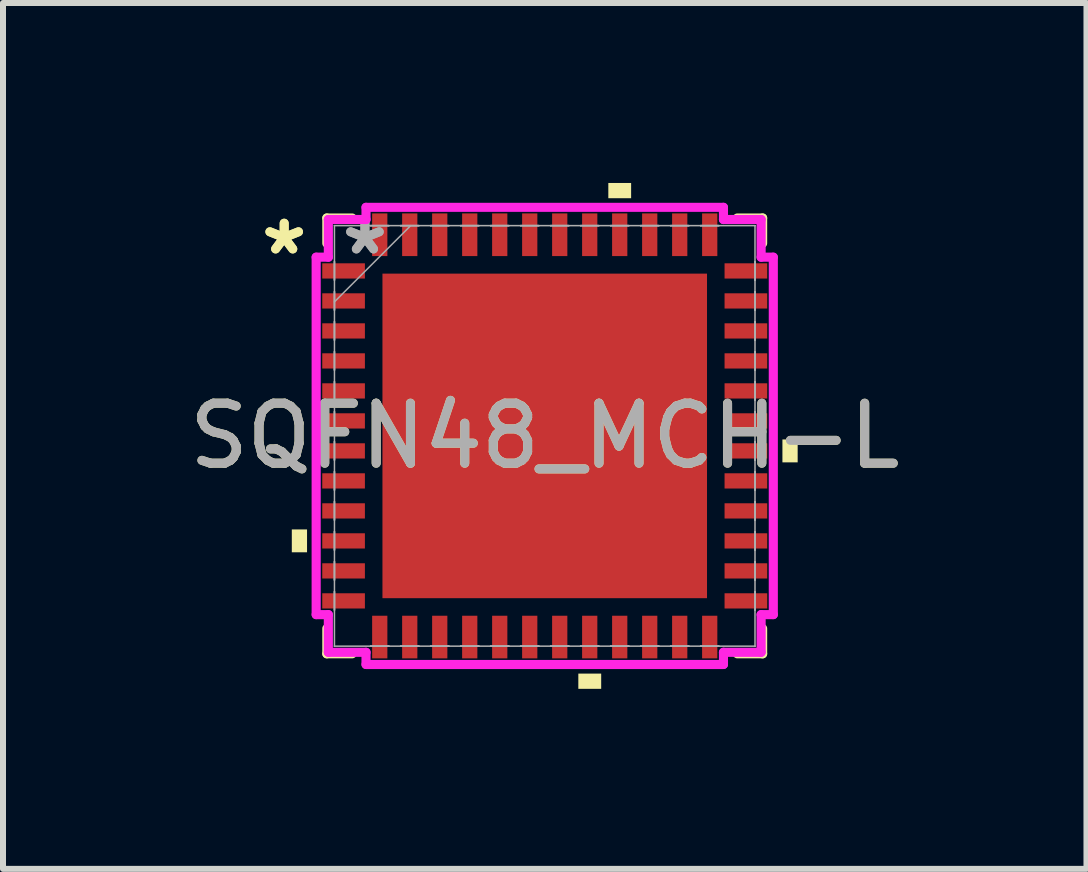
<source format=kicad_pcb>
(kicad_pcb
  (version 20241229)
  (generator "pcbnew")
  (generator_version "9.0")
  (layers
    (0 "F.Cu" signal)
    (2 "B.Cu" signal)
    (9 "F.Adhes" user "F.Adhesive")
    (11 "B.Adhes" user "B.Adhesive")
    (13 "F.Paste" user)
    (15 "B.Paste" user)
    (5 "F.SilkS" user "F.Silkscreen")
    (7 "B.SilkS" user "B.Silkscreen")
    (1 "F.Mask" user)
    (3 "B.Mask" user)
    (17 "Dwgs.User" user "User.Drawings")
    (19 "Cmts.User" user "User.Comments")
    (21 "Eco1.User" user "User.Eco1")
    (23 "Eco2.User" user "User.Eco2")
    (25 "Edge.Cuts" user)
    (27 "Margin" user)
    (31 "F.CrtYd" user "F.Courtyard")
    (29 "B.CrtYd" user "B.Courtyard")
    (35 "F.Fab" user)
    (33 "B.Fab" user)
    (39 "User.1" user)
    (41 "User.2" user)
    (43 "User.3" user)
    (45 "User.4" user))
  (footprint "SQFN48_MCH-L"
    (layer "F.Cu")
    (at 6.03 4.216)
    (property "Reference" "SQFN48_MCH-L" (at 0 0 0) (unlocked yes) (layer "F.SilkS") (effects (font (size 1 1) (thickness 0.15))))
    (attr smd)
    (fp_line (start -3.632 -3.632) (end -3.632 -3.21) (stroke (width 0.152) (type solid)) (layer "F.SilkS"))
    (fp_line (start -3.632 3.21) (end -3.632 3.632) (stroke (width 0.152) (type solid)) (layer "F.SilkS"))
    (fp_line (start -3.632 3.632) (end -3.21 3.632) (stroke (width 0.152) (type solid)) (layer "F.SilkS"))
    (fp_line (start -3.21 -3.632) (end -3.632 -3.632) (stroke (width 0.152) (type solid)) (layer "F.SilkS"))
    (fp_line (start 3.21 3.632) (end 3.632 3.632) (stroke (width 0.152) (type solid)) (layer "F.SilkS"))
    (fp_line (start 3.632 -3.632) (end 3.21 -3.632) (stroke (width 0.152) (type solid)) (layer "F.SilkS"))
    (fp_line (start 3.632 -3.21) (end 3.632 -3.632) (stroke (width 0.152) (type solid)) (layer "F.SilkS"))
    (fp_line (start 3.632 3.632) (end 3.632 3.21) (stroke (width 0.152) (type solid)) (layer "F.SilkS"))
    (fp_poly (pts (xy -4.216 1.559) (xy -4.216 1.94) (xy -3.962 1.94) (xy -3.962 1.559)) (stroke (width 0) (type solid)) (fill yes) (layer "F.SilkS"))
    (fp_poly (pts (xy 0.56 3.962) (xy 0.56 4.216) (xy 0.941 4.216) (xy 0.941 3.962)) (stroke (width 0) (type solid)) (fill yes) (layer "F.SilkS"))
    (fp_poly (pts (xy 1.06 -3.962) (xy 1.06 -4.216) (xy 1.44 -4.216) (xy 1.44 -3.962)) (stroke (width 0) (type solid)) (fill yes) (layer "F.SilkS"))
    (fp_poly (pts (xy 4.216 0.059) (xy 4.216 0.441) (xy 3.962 0.441) (xy 3.962 0.059)) (stroke (width 0) (type solid)) (fill yes) (layer "F.SilkS"))
    (fp_poly (pts (xy -2.605 -2.605) (xy -2.605 -1.453) (xy -1.453 -1.453) (xy -1.453 -2.605)) (stroke (width 0) (type solid)) (fill yes) (layer "F.Paste"))
    (fp_poly (pts (xy -2.605 -1.253) (xy -2.605 -0.1) (xy -1.453 -0.1) (xy -1.453 -1.253)) (stroke (width 0) (type solid)) (fill yes) (layer "F.Paste"))
    (fp_poly (pts (xy -2.605 0.1) (xy -2.605 1.253) (xy -1.453 1.253) (xy -1.453 0.1)) (stroke (width 0) (type solid)) (fill yes) (layer "F.Paste"))
    (fp_poly (pts (xy -2.605 1.453) (xy -2.605 2.605) (xy -1.453 2.605) (xy -1.453 1.453)) (stroke (width 0) (type solid)) (fill yes) (layer "F.Paste"))
    (fp_poly (pts (xy -1.253 -2.605) (xy -1.253 -1.453) (xy -0.1 -1.453) (xy -0.1 -2.605)) (stroke (width 0) (type solid)) (fill yes) (layer "F.Paste"))
    (fp_poly (pts (xy -1.253 -1.253) (xy -1.253 -0.1) (xy -0.1 -0.1) (xy -0.1 -1.253)) (stroke (width 0) (type solid)) (fill yes) (layer "F.Paste"))
    (fp_poly (pts (xy -1.253 0.1) (xy -1.253 1.253) (xy -0.1 1.253) (xy -0.1 0.1)) (stroke (width 0) (type solid)) (fill yes) (layer "F.Paste"))
    (fp_poly (pts (xy -1.253 1.453) (xy -1.253 2.605) (xy -0.1 2.605) (xy -0.1 1.453)) (stroke (width 0) (type solid)) (fill yes) (layer "F.Paste"))
    (fp_poly (pts (xy 0.1 -2.605) (xy 0.1 -1.453) (xy 1.253 -1.453) (xy 1.253 -2.605)) (stroke (width 0) (type solid)) (fill yes) (layer "F.Paste"))
    (fp_poly (pts (xy 0.1 -1.253) (xy 0.1 -0.1) (xy 1.253 -0.1) (xy 1.253 -1.253)) (stroke (width 0) (type solid)) (fill yes) (layer "F.Paste"))
    (fp_poly (pts (xy 0.1 0.1) (xy 0.1 1.253) (xy 1.253 1.253) (xy 1.253 0.1)) (stroke (width 0) (type solid)) (fill yes) (layer "F.Paste"))
    (fp_poly (pts (xy 0.1 1.453) (xy 0.1 2.605) (xy 1.253 2.605) (xy 1.253 1.453)) (stroke (width 0) (type solid)) (fill yes) (layer "F.Paste"))
    (fp_poly (pts (xy 1.453 -2.605) (xy 1.453 -1.453) (xy 2.605 -1.453) (xy 2.605 -2.605)) (stroke (width 0) (type solid)) (fill yes) (layer "F.Paste"))
    (fp_poly (pts (xy 1.453 -1.253) (xy 1.453 -0.1) (xy 2.605 -0.1) (xy 2.605 -1.253)) (stroke (width 0) (type solid)) (fill yes) (layer "F.Paste"))
    (fp_poly (pts (xy 1.453 0.1) (xy 1.453 1.253) (xy 2.605 1.253) (xy 2.605 0.1)) (stroke (width 0) (type solid)) (fill yes) (layer "F.Paste"))
    (fp_poly (pts (xy 1.453 1.453) (xy 1.453 2.605) (xy 2.605 2.605) (xy 2.605 1.453)) (stroke (width 0) (type solid)) (fill yes) (layer "F.Paste"))
    (fp_line (start -3.81 -2.979) (end -3.607 -2.979) (stroke (width 0.152) (type solid)) (layer "F.CrtYd"))
    (fp_line (start -3.81 2.979) (end -3.81 -2.979) (stroke (width 0.152) (type solid)) (layer "F.CrtYd"))
    (fp_line (start -3.607 -3.607) (end -2.979 -3.607) (stroke (width 0.152) (type solid)) (layer "F.CrtYd"))
    (fp_line (start -3.607 -2.979) (end -3.607 -3.607) (stroke (width 0.152) (type solid)) (layer "F.CrtYd"))
    (fp_line (start -3.607 2.979) (end -3.81 2.979) (stroke (width 0.152) (type solid)) (layer "F.CrtYd"))
    (fp_line (start -3.607 3.607) (end -3.607 2.979) (stroke (width 0.152) (type solid)) (layer "F.CrtYd"))
    (fp_line (start -2.979 -3.81) (end 2.979 -3.81) (stroke (width 0.152) (type solid)) (layer "F.CrtYd"))
    (fp_line (start -2.979 -3.607) (end -2.979 -3.81) (stroke (width 0.152) (type solid)) (layer "F.CrtYd"))
    (fp_line (start -2.979 3.607) (end -3.607 3.607) (stroke (width 0.152) (type solid)) (layer "F.CrtYd"))
    (fp_line (start -2.979 3.81) (end -2.979 3.607) (stroke (width 0.152) (type solid)) (layer "F.CrtYd"))
    (fp_line (start 2.979 -3.81) (end 2.979 -3.607) (stroke (width 0.152) (type solid)) (layer "F.CrtYd"))
    (fp_line (start 2.979 -3.607) (end 3.607 -3.607) (stroke (width 0.152) (type solid)) (layer "F.CrtYd"))
    (fp_line (start 2.979 3.607) (end 2.979 3.81) (stroke (width 0.152) (type solid)) (layer "F.CrtYd"))
    (fp_line (start 2.979 3.81) (end -2.979 3.81) (stroke (width 0.152) (type solid)) (layer "F.CrtYd"))
    (fp_line (start 3.607 -3.607) (end 3.607 -2.979) (stroke (width 0.152) (type solid)) (layer "F.CrtYd"))
    (fp_line (start 3.607 -2.979) (end 3.81 -2.979) (stroke (width 0.152) (type solid)) (layer "F.CrtYd"))
    (fp_line (start 3.607 2.979) (end 3.607 3.607) (stroke (width 0.152) (type solid)) (layer "F.CrtYd"))
    (fp_line (start 3.607 3.607) (end 2.979 3.607) (stroke (width 0.152) (type solid)) (layer "F.CrtYd"))
    (fp_line (start 3.81 -2.979) (end 3.81 2.979) (stroke (width 0.152) (type solid)) (layer "F.CrtYd"))
    (fp_line (start 3.81 2.979) (end 3.607 2.979) (stroke (width 0.152) (type solid)) (layer "F.CrtYd"))
    (fp_line (start -3.505 -3.505) (end -3.505 -3.505) (stroke (width 0.025) (type solid)) (layer "F.Fab"))
    (fp_line (start -3.505 -3.505) (end -3.505 3.505) (stroke (width 0.025) (type solid)) (layer "F.Fab"))
    (fp_line (start -3.505 -2.902) (end -3.505 -2.902) (stroke (width 0.025) (type solid)) (layer "F.Fab"))
    (fp_line (start -3.505 -2.902) (end -3.505 -2.598) (stroke (width 0.025) (type solid)) (layer "F.Fab"))
    (fp_line (start -3.505 -2.598) (end -3.505 -2.902) (stroke (width 0.025) (type solid)) (layer "F.Fab"))
    (fp_line (start -3.505 -2.598) (end -3.505 -2.598) (stroke (width 0.025) (type solid)) (layer "F.Fab"))
    (fp_line (start -3.505 -2.402) (end -3.505 -2.402) (stroke (width 0.025) (type solid)) (layer "F.Fab"))
    (fp_line (start -3.505 -2.402) (end -3.505 -2.098) (stroke (width 0.025) (type solid)) (layer "F.Fab"))
    (fp_line (start -3.505 -2.235) (end -2.235 -3.505) (stroke (width 0.025) (type solid)) (layer "F.Fab"))
    (fp_line (start -3.505 -2.098) (end -3.505 -2.402) (stroke (width 0.025) (type solid)) (layer "F.Fab"))
    (fp_line (start -3.505 -2.098) (end -3.505 -2.098) (stroke (width 0.025) (type solid)) (layer "F.Fab"))
    (fp_line (start -3.505 -1.902) (end -3.505 -1.902) (stroke (width 0.025) (type solid)) (layer "F.Fab"))
    (fp_line (start -3.505 -1.902) (end -3.505 -1.598) (stroke (width 0.025) (type solid)) (layer "F.Fab"))
    (fp_line (start -3.505 -1.598) (end -3.505 -1.902) (stroke (width 0.025) (type solid)) (layer "F.Fab"))
    (fp_line (start -3.505 -1.598) (end -3.505 -1.598) (stroke (width 0.025) (type solid)) (layer "F.Fab"))
    (fp_line (start -3.505 -1.402) (end -3.505 -1.402) (stroke (width 0.025) (type solid)) (layer "F.Fab"))
    (fp_line (start -3.505 -1.402) (end -3.505 -1.098) (stroke (width 0.025) (type solid)) (layer "F.Fab"))
    (fp_line (start -3.505 -1.098) (end -3.505 -1.402) (stroke (width 0.025) (type solid)) (layer "F.Fab"))
    (fp_line (start -3.505 -1.098) (end -3.505 -1.098) (stroke (width 0.025) (type solid)) (layer "F.Fab"))
    (fp_line (start -3.505 -0.902) (end -3.505 -0.902) (stroke (width 0.025) (type solid)) (layer "F.Fab"))
    (fp_line (start -3.505 -0.902) (end -3.505 -0.598) (stroke (width 0.025) (type solid)) (layer "F.Fab"))
    (fp_line (start -3.505 -0.598) (end -3.505 -0.902) (stroke (width 0.025) (type solid)) (layer "F.Fab"))
    (fp_line (start -3.505 -0.598) (end -3.505 -0.598) (stroke (width 0.025) (type solid)) (layer "F.Fab"))
    (fp_line (start -3.505 -0.402) (end -3.505 -0.402) (stroke (width 0.025) (type solid)) (layer "F.Fab"))
    (fp_line (start -3.505 -0.402) (end -3.505 -0.098) (stroke (width 0.025) (type solid)) (layer "F.Fab"))
    (fp_line (start -3.505 -0.098) (end -3.505 -0.402) (stroke (width 0.025) (type solid)) (layer "F.Fab"))
    (fp_line (start -3.505 -0.098) (end -3.505 -0.098) (stroke (width 0.025) (type solid)) (layer "F.Fab"))
    (fp_line (start -3.505 0.098) (end -3.505 0.098) (stroke (width 0.025) (type solid)) (layer "F.Fab"))
    (fp_line (start -3.505 0.098) (end -3.505 0.402) (stroke (width 0.025) (type solid)) (layer "F.Fab"))
    (fp_line (start -3.505 0.402) (end -3.505 0.098) (stroke (width 0.025) (type solid)) (layer "F.Fab"))
    (fp_line (start -3.505 0.402) (end -3.505 0.402) (stroke (width 0.025) (type solid)) (layer "F.Fab"))
    (fp_line (start -3.505 0.598) (end -3.505 0.598) (stroke (width 0.025) (type solid)) (layer "F.Fab"))
    (fp_line (start -3.505 0.598) (end -3.505 0.902) (stroke (width 0.025) (type solid)) (layer "F.Fab"))
    (fp_line (start -3.505 0.902) (end -3.505 0.598) (stroke (width 0.025) (type solid)) (layer "F.Fab"))
    (fp_line (start -3.505 0.902) (end -3.505 0.902) (stroke (width 0.025) (type solid)) (layer "F.Fab"))
    (fp_line (start -3.505 1.098) (end -3.505 1.098) (stroke (width 0.025) (type solid)) (layer "F.Fab"))
    (fp_line (start -3.505 1.098) (end -3.505 1.402) (stroke (width 0.025) (type solid)) (layer "F.Fab"))
    (fp_line (start -3.505 1.402) (end -3.505 1.098) (stroke (width 0.025) (type solid)) (layer "F.Fab"))
    (fp_line (start -3.505 1.402) (end -3.505 1.402) (stroke (width 0.025) (type solid)) (layer "F.Fab"))
    (fp_line (start -3.505 1.598) (end -3.505 1.598) (stroke (width 0.025) (type solid)) (layer "F.Fab"))
    (fp_line (start -3.505 1.598) (end -3.505 1.902) (stroke (width 0.025) (type solid)) (layer "F.Fab"))
    (fp_line (start -3.505 1.902) (end -3.505 1.598) (stroke (width 0.025) (type solid)) (layer "F.Fab"))
    (fp_line (start -3.505 1.902) (end -3.505 1.902) (stroke (width 0.025) (type solid)) (layer "F.Fab"))
    (fp_line (start -3.505 2.098) (end -3.505 2.098) (stroke (width 0.025) (type solid)) (layer "F.Fab"))
    (fp_line (start -3.505 2.098) (end -3.505 2.402) (stroke (width 0.025) (type solid)) (layer "F.Fab"))
    (fp_line (start -3.505 2.402) (end -3.505 2.098) (stroke (width 0.025) (type solid)) (layer "F.Fab"))
    (fp_line (start -3.505 2.402) (end -3.505 2.402) (stroke (width 0.025) (type solid)) (layer "F.Fab"))
    (fp_line (start -3.505 2.598) (end -3.505 2.598) (stroke (width 0.025) (type solid)) (layer "F.Fab"))
    (fp_line (start -3.505 2.598) (end -3.505 2.902) (stroke (width 0.025) (type solid)) (layer "F.Fab"))
    (fp_line (start -3.505 2.902) (end -3.505 2.598) (stroke (width 0.025) (type solid)) (layer "F.Fab"))
    (fp_line (start -3.505 2.902) (end -3.505 2.902) (stroke (width 0.025) (type solid)) (layer "F.Fab"))
    (fp_line (start -3.505 3.505) (end -3.505 3.505) (stroke (width 0.025) (type solid)) (layer "F.Fab"))
    (fp_line (start -3.505 3.505) (end 3.505 3.505) (stroke (width 0.025) (type solid)) (layer "F.Fab"))
    (fp_line (start -2.902 -3.505) (end -2.902 -3.505) (stroke (width 0.025) (type solid)) (layer "F.Fab"))
    (fp_line (start -2.902 -3.505) (end -2.598 -3.505) (stroke (width 0.025) (type solid)) (layer "F.Fab"))
    (fp_line (start -2.902 3.505) (end -2.902 3.505) (stroke (width 0.025) (type solid)) (layer "F.Fab"))
    (fp_line (start -2.902 3.505) (end -2.598 3.505) (stroke (width 0.025) (type solid)) (layer "F.Fab"))
    (fp_line (start -2.598 -3.505) (end -2.902 -3.505) (stroke (width 0.025) (type solid)) (layer "F.Fab"))
    (fp_line (start -2.598 -3.505) (end -2.598 -3.505) (stroke (width 0.025) (type solid)) (layer "F.Fab"))
    (fp_line (start -2.598 3.505) (end -2.902 3.505) (stroke (width 0.025) (type solid)) (layer "F.Fab"))
    (fp_line (start -2.598 3.505) (end -2.598 3.505) (stroke (width 0.025) (type solid)) (layer "F.Fab"))
    (fp_line (start -2.402 -3.505) (end -2.402 -3.505) (stroke (width 0.025) (type solid)) (layer "F.Fab"))
    (fp_line (start -2.402 -3.505) (end -2.098 -3.505) (stroke (width 0.025) (type solid)) (layer "F.Fab"))
    (fp_line (start -2.402 3.505) (end -2.402 3.505) (stroke (width 0.025) (type solid)) (layer "F.Fab"))
    (fp_line (start -2.402 3.505) (end -2.098 3.505) (stroke (width 0.025) (type solid)) (layer "F.Fab"))
    (fp_line (start -2.098 -3.505) (end -2.402 -3.505) (stroke (width 0.025) (type solid)) (layer "F.Fab"))
    (fp_line (start -2.098 -3.505) (end -2.098 -3.505) (stroke (width 0.025) (type solid)) (layer "F.Fab"))
    (fp_line (start -2.098 3.505) (end -2.402 3.505) (stroke (width 0.025) (type solid)) (layer "F.Fab"))
    (fp_line (start -2.098 3.505) (end -2.098 3.505) (stroke (width 0.025) (type solid)) (layer "F.Fab"))
    (fp_line (start -1.902 -3.505) (end -1.902 -3.505) (stroke (width 0.025) (type solid)) (layer "F.Fab"))
    (fp_line (start -1.902 -3.505) (end -1.598 -3.505) (stroke (width 0.025) (type solid)) (layer "F.Fab"))
    (fp_line (start -1.902 3.505) (end -1.902 3.505) (stroke (width 0.025) (type solid)) (layer "F.Fab"))
    (fp_line (start -1.902 3.505) (end -1.598 3.505) (stroke (width 0.025) (type solid)) (layer "F.Fab"))
    (fp_line (start -1.598 -3.505) (end -1.902 -3.505) (stroke (width 0.025) (type solid)) (layer "F.Fab"))
    (fp_line (start -1.598 -3.505) (end -1.598 -3.505) (stroke (width 0.025) (type solid)) (layer "F.Fab"))
    (fp_line (start -1.598 3.505) (end -1.902 3.505) (stroke (width 0.025) (type solid)) (layer "F.Fab"))
    (fp_line (start -1.598 3.505) (end -1.598 3.505) (stroke (width 0.025) (type solid)) (layer "F.Fab"))
    (fp_line (start -1.402 -3.505) (end -1.402 -3.505) (stroke (width 0.025) (type solid)) (layer "F.Fab"))
    (fp_line (start -1.402 -3.505) (end -1.098 -3.505) (stroke (width 0.025) (type solid)) (layer "F.Fab"))
    (fp_line (start -1.402 3.505) (end -1.402 3.505) (stroke (width 0.025) (type solid)) (layer "F.Fab"))
    (fp_line (start -1.402 3.505) (end -1.098 3.505) (stroke (width 0.025) (type solid)) (layer "F.Fab"))
    (fp_line (start -1.098 -3.505) (end -1.402 -3.505) (stroke (width 0.025) (type solid)) (layer "F.Fab"))
    (fp_line (start -1.098 -3.505) (end -1.098 -3.505) (stroke (width 0.025) (type solid)) (layer "F.Fab"))
    (fp_line (start -1.098 3.505) (end -1.402 3.505) (stroke (width 0.025) (type solid)) (layer "F.Fab"))
    (fp_line (start -1.098 3.505) (end -1.098 3.505) (stroke (width 0.025) (type solid)) (layer "F.Fab"))
    (fp_line (start -0.902 -3.505) (end -0.902 -3.505) (stroke (width 0.025) (type solid)) (layer "F.Fab"))
    (fp_line (start -0.902 -3.505) (end -0.598 -3.505) (stroke (width 0.025) (type solid)) (layer "F.Fab"))
    (fp_line (start -0.902 3.505) (end -0.902 3.505) (stroke (width 0.025) (type solid)) (layer "F.Fab"))
    (fp_line (start -0.902 3.505) (end -0.598 3.505) (stroke (width 0.025) (type solid)) (layer "F.Fab"))
    (fp_line (start -0.598 -3.505) (end -0.902 -3.505) (stroke (width 0.025) (type solid)) (layer "F.Fab"))
    (fp_line (start -0.598 -3.505) (end -0.598 -3.505) (stroke (width 0.025) (type solid)) (layer "F.Fab"))
    (fp_line (start -0.598 3.505) (end -0.902 3.505) (stroke (width 0.025) (type solid)) (layer "F.Fab"))
    (fp_line (start -0.598 3.505) (end -0.598 3.505) (stroke (width 0.025) (type solid)) (layer "F.Fab"))
    (fp_line (start -0.402 -3.505) (end -0.402 -3.505) (stroke (width 0.025) (type solid)) (layer "F.Fab"))
    (fp_line (start -0.402 -3.505) (end -0.098 -3.505) (stroke (width 0.025) (type solid)) (layer "F.Fab"))
    (fp_line (start -0.402 3.505) (end -0.402 3.505) (stroke (width 0.025) (type solid)) (layer "F.Fab"))
    (fp_line (start -0.402 3.505) (end -0.098 3.505) (stroke (width 0.025) (type solid)) (layer "F.Fab"))
    (fp_line (start -0.098 -3.505) (end -0.402 -3.505) (stroke (width 0.025) (type solid)) (layer "F.Fab"))
    (fp_line (start -0.098 -3.505) (end -0.098 -3.505) (stroke (width 0.025) (type solid)) (layer "F.Fab"))
    (fp_line (start -0.098 3.505) (end -0.402 3.505) (stroke (width 0.025) (type solid)) (layer "F.Fab"))
    (fp_line (start -0.098 3.505) (end -0.098 3.505) (stroke (width 0.025) (type solid)) (layer "F.Fab"))
    (fp_line (start 0.098 -3.505) (end 0.098 -3.505) (stroke (width 0.025) (type solid)) (layer "F.Fab"))
    (fp_line (start 0.098 -3.505) (end 0.402 -3.505) (stroke (width 0.025) (type solid)) (layer "F.Fab"))
    (fp_line (start 0.098 3.505) (end 0.098 3.505) (stroke (width 0.025) (type solid)) (layer "F.Fab"))
    (fp_line (start 0.098 3.505) (end 0.402 3.505) (stroke (width 0.025) (type solid)) (layer "F.Fab"))
    (fp_line (start 0.402 -3.505) (end 0.098 -3.505) (stroke (width 0.025) (type solid)) (layer "F.Fab"))
    (fp_line (start 0.402 -3.505) (end 0.402 -3.505) (stroke (width 0.025) (type solid)) (layer "F.Fab"))
    (fp_line (start 0.402 3.505) (end 0.098 3.505) (stroke (width 0.025) (type solid)) (layer "F.Fab"))
    (fp_line (start 0.402 3.505) (end 0.402 3.505) (stroke (width 0.025) (type solid)) (layer "F.Fab"))
    (fp_line (start 0.598 -3.505) (end 0.598 -3.505) (stroke (width 0.025) (type solid)) (layer "F.Fab"))
    (fp_line (start 0.598 -3.505) (end 0.902 -3.505) (stroke (width 0.025) (type solid)) (layer "F.Fab"))
    (fp_line (start 0.598 3.505) (end 0.598 3.505) (stroke (width 0.025) (type solid)) (layer "F.Fab"))
    (fp_line (start 0.598 3.505) (end 0.902 3.505) (stroke (width 0.025) (type solid)) (layer "F.Fab"))
    (fp_line (start 0.902 -3.505) (end 0.598 -3.505) (stroke (width 0.025) (type solid)) (layer "F.Fab"))
    (fp_line (start 0.902 -3.505) (end 0.902 -3.505) (stroke (width 0.025) (type solid)) (layer "F.Fab"))
    (fp_line (start 0.902 3.505) (end 0.598 3.505) (stroke (width 0.025) (type solid)) (layer "F.Fab"))
    (fp_line (start 0.902 3.505) (end 0.902 3.505) (stroke (width 0.025) (type solid)) (layer "F.Fab"))
    (fp_line (start 1.098 -3.505) (end 1.098 -3.505) (stroke (width 0.025) (type solid)) (layer "F.Fab"))
    (fp_line (start 1.098 -3.505) (end 1.402 -3.505) (stroke (width 0.025) (type solid)) (layer "F.Fab"))
    (fp_line (start 1.098 3.505) (end 1.098 3.505) (stroke (width 0.025) (type solid)) (layer "F.Fab"))
    (fp_line (start 1.098 3.505) (end 1.402 3.505) (stroke (width 0.025) (type solid)) (layer "F.Fab"))
    (fp_line (start 1.402 -3.505) (end 1.098 -3.505) (stroke (width 0.025) (type solid)) (layer "F.Fab"))
    (fp_line (start 1.402 -3.505) (end 1.402 -3.505) (stroke (width 0.025) (type solid)) (layer "F.Fab"))
    (fp_line (start 1.402 3.505) (end 1.098 3.505) (stroke (width 0.025) (type solid)) (layer "F.Fab"))
    (fp_line (start 1.402 3.505) (end 1.402 3.505) (stroke (width 0.025) (type solid)) (layer "F.Fab"))
    (fp_line (start 1.598 -3.505) (end 1.598 -3.505) (stroke (width 0.025) (type solid)) (layer "F.Fab"))
    (fp_line (start 1.598 -3.505) (end 1.902 -3.505) (stroke (width 0.025) (type solid)) (layer "F.Fab"))
    (fp_line (start 1.598 3.505) (end 1.598 3.505) (stroke (width 0.025) (type solid)) (layer "F.Fab"))
    (fp_line (start 1.598 3.505) (end 1.902 3.505) (stroke (width 0.025) (type solid)) (layer "F.Fab"))
    (fp_line (start 1.902 -3.505) (end 1.598 -3.505) (stroke (width 0.025) (type solid)) (layer "F.Fab"))
    (fp_line (start 1.902 -3.505) (end 1.902 -3.505) (stroke (width 0.025) (type solid)) (layer "F.Fab"))
    (fp_line (start 1.902 3.505) (end 1.598 3.505) (stroke (width 0.025) (type solid)) (layer "F.Fab"))
    (fp_line (start 1.902 3.505) (end 1.902 3.505) (stroke (width 0.025) (type solid)) (layer "F.Fab"))
    (fp_line (start 2.098 -3.505) (end 2.098 -3.505) (stroke (width 0.025) (type solid)) (layer "F.Fab"))
    (fp_line (start 2.098 -3.505) (end 2.402 -3.505) (stroke (width 0.025) (type solid)) (layer "F.Fab"))
    (fp_line (start 2.098 3.505) (end 2.098 3.505) (stroke (width 0.025) (type solid)) (layer "F.Fab"))
    (fp_line (start 2.098 3.505) (end 2.402 3.505) (stroke (width 0.025) (type solid)) (layer "F.Fab"))
    (fp_line (start 2.402 -3.505) (end 2.098 -3.505) (stroke (width 0.025) (type solid)) (layer "F.Fab"))
    (fp_line (start 2.402 -3.505) (end 2.402 -3.505) (stroke (width 0.025) (type solid)) (layer "F.Fab"))
    (fp_line (start 2.402 3.505) (end 2.098 3.505) (stroke (width 0.025) (type solid)) (layer "F.Fab"))
    (fp_line (start 2.402 3.505) (end 2.402 3.505) (stroke (width 0.025) (type solid)) (layer "F.Fab"))
    (fp_line (start 2.598 -3.505) (end 2.598 -3.505) (stroke (width 0.025) (type solid)) (layer "F.Fab"))
    (fp_line (start 2.598 -3.505) (end 2.902 -3.505) (stroke (width 0.025) (type solid)) (layer "F.Fab"))
    (fp_line (start 2.598 3.505) (end 2.598 3.505) (stroke (width 0.025) (type solid)) (layer "F.Fab"))
    (fp_line (start 2.598 3.505) (end 2.902 3.505) (stroke (width 0.025) (type solid)) (layer "F.Fab"))
    (fp_line (start 2.902 -3.505) (end 2.598 -3.505) (stroke (width 0.025) (type solid)) (layer "F.Fab"))
    (fp_line (start 2.902 -3.505) (end 2.902 -3.505) (stroke (width 0.025) (type solid)) (layer "F.Fab"))
    (fp_line (start 2.902 3.505) (end 2.598 3.505) (stroke (width 0.025) (type solid)) (layer "F.Fab"))
    (fp_line (start 2.902 3.505) (end 2.902 3.505) (stroke (width 0.025) (type solid)) (layer "F.Fab"))
    (fp_line (start 3.505 -3.505) (end -3.505 -3.505) (stroke (width 0.025) (type solid)) (layer "F.Fab"))
    (fp_line (start 3.505 -3.505) (end 3.505 -3.505) (stroke (width 0.025) (type solid)) (layer "F.Fab"))
    (fp_line (start 3.505 -2.902) (end 3.505 -2.902) (stroke (width 0.025) (type solid)) (layer "F.Fab"))
    (fp_line (start 3.505 -2.902) (end 3.505 -2.598) (stroke (width 0.025) (type solid)) (layer "F.Fab"))
    (fp_line (start 3.505 -2.598) (end 3.505 -2.902) (stroke (width 0.025) (type solid)) (layer "F.Fab"))
    (fp_line (start 3.505 -2.598) (end 3.505 -2.598) (stroke (width 0.025) (type solid)) (layer "F.Fab"))
    (fp_line (start 3.505 -2.402) (end 3.505 -2.402) (stroke (width 0.025) (type solid)) (layer "F.Fab"))
    (fp_line (start 3.505 -2.402) (end 3.505 -2.098) (stroke (width 0.025) (type solid)) (layer "F.Fab"))
    (fp_line (start 3.505 -2.098) (end 3.505 -2.402) (stroke (width 0.025) (type solid)) (layer "F.Fab"))
    (fp_line (start 3.505 -2.098) (end 3.505 -2.098) (stroke (width 0.025) (type solid)) (layer "F.Fab"))
    (fp_line (start 3.505 -1.902) (end 3.505 -1.902) (stroke (width 0.025) (type solid)) (layer "F.Fab"))
    (fp_line (start 3.505 -1.902) (end 3.505 -1.598) (stroke (width 0.025) (type solid)) (layer "F.Fab"))
    (fp_line (start 3.505 -1.598) (end 3.505 -1.902) (stroke (width 0.025) (type solid)) (layer "F.Fab"))
    (fp_line (start 3.505 -1.598) (end 3.505 -1.598) (stroke (width 0.025) (type solid)) (layer "F.Fab"))
    (fp_line (start 3.505 -1.402) (end 3.505 -1.402) (stroke (width 0.025) (type solid)) (layer "F.Fab"))
    (fp_line (start 3.505 -1.402) (end 3.505 -1.098) (stroke (width 0.025) (type solid)) (layer "F.Fab"))
    (fp_line (start 3.505 -1.098) (end 3.505 -1.402) (stroke (width 0.025) (type solid)) (layer "F.Fab"))
    (fp_line (start 3.505 -1.098) (end 3.505 -1.098) (stroke (width 0.025) (type solid)) (layer "F.Fab"))
    (fp_line (start 3.505 -0.902) (end 3.505 -0.902) (stroke (width 0.025) (type solid)) (layer "F.Fab"))
    (fp_line (start 3.505 -0.902) (end 3.505 -0.598) (stroke (width 0.025) (type solid)) (layer "F.Fab"))
    (fp_line (start 3.505 -0.598) (end 3.505 -0.902) (stroke (width 0.025) (type solid)) (layer "F.Fab"))
    (fp_line (start 3.505 -0.598) (end 3.505 -0.598) (stroke (width 0.025) (type solid)) (layer "F.Fab"))
    (fp_line (start 3.505 -0.402) (end 3.505 -0.402) (stroke (width 0.025) (type solid)) (layer "F.Fab"))
    (fp_line (start 3.505 -0.402) (end 3.505 -0.098) (stroke (width 0.025) (type solid)) (layer "F.Fab"))
    (fp_line (start 3.505 -0.098) (end 3.505 -0.402) (stroke (width 0.025) (type solid)) (layer "F.Fab"))
    (fp_line (start 3.505 -0.098) (end 3.505 -0.098) (stroke (width 0.025) (type solid)) (layer "F.Fab"))
    (fp_line (start 3.505 0.098) (end 3.505 0.098) (stroke (width 0.025) (type solid)) (layer "F.Fab"))
    (fp_line (start 3.505 0.098) (end 3.505 0.402) (stroke (width 0.025) (type solid)) (layer "F.Fab"))
    (fp_line (start 3.505 0.402) (end 3.505 0.098) (stroke (width 0.025) (type solid)) (layer "F.Fab"))
    (fp_line (start 3.505 0.402) (end 3.505 0.402) (stroke (width 0.025) (type solid)) (layer "F.Fab"))
    (fp_line (start 3.505 0.598) (end 3.505 0.598) (stroke (width 0.025) (type solid)) (layer "F.Fab"))
    (fp_line (start 3.505 0.598) (end 3.505 0.902) (stroke (width 0.025) (type solid)) (layer "F.Fab"))
    (fp_line (start 3.505 0.902) (end 3.505 0.598) (stroke (width 0.025) (type solid)) (layer "F.Fab"))
    (fp_line (start 3.505 0.902) (end 3.505 0.902) (stroke (width 0.025) (type solid)) (layer "F.Fab"))
    (fp_line (start 3.505 1.098) (end 3.505 1.098) (stroke (width 0.025) (type solid)) (layer "F.Fab"))
    (fp_line (start 3.505 1.098) (end 3.505 1.402) (stroke (width 0.025) (type solid)) (layer "F.Fab"))
    (fp_line (start 3.505 1.402) (end 3.505 1.098) (stroke (width 0.025) (type solid)) (layer "F.Fab"))
    (fp_line (start 3.505 1.402) (end 3.505 1.402) (stroke (width 0.025) (type solid)) (layer "F.Fab"))
    (fp_line (start 3.505 1.598) (end 3.505 1.598) (stroke (width 0.025) (type solid)) (layer "F.Fab"))
    (fp_line (start 3.505 1.598) (end 3.505 1.902) (stroke (width 0.025) (type solid)) (layer "F.Fab"))
    (fp_line (start 3.505 1.902) (end 3.505 1.598) (stroke (width 0.025) (type solid)) (layer "F.Fab"))
    (fp_line (start 3.505 1.902) (end 3.505 1.902) (stroke (width 0.025) (type solid)) (layer "F.Fab"))
    (fp_line (start 3.505 2.098) (end 3.505 2.098) (stroke (width 0.025) (type solid)) (layer "F.Fab"))
    (fp_line (start 3.505 2.098) (end 3.505 2.402) (stroke (width 0.025) (type solid)) (layer "F.Fab"))
    (fp_line (start 3.505 2.402) (end 3.505 2.098) (stroke (width 0.025) (type solid)) (layer "F.Fab"))
    (fp_line (start 3.505 2.402) (end 3.505 2.402) (stroke (width 0.025) (type solid)) (layer "F.Fab"))
    (fp_line (start 3.505 2.598) (end 3.505 2.598) (stroke (width 0.025) (type solid)) (layer "F.Fab"))
    (fp_line (start 3.505 2.598) (end 3.505 2.902) (stroke (width 0.025) (type solid)) (layer "F.Fab"))
    (fp_line (start 3.505 2.902) (end 3.505 2.598) (stroke (width 0.025) (type solid)) (layer "F.Fab"))
    (fp_line (start 3.505 2.902) (end 3.505 2.902) (stroke (width 0.025) (type solid)) (layer "F.Fab"))
    (fp_line (start 3.505 3.505) (end 3.505 -3.505) (stroke (width 0.025) (type solid)) (layer "F.Fab"))
    (fp_line (start 3.505 3.505) (end 3.505 3.505) (stroke (width 0.025) (type solid)) (layer "F.Fab"))
    (fp_text user "*" (at -4.343 -3 0) (layer "F.SilkS") (effects (font (size 1 1) (thickness 0.15))))
    (fp_text user "*" (at -4.343 -3 0) (unlocked yes) (layer "F.SilkS") (effects (font (size 1 1) (thickness 0.15))))
    (fp_text user "*" (at -2.997 -3 0) (unlocked yes) (layer "F.Fab") (effects (font (size 1 1) (thickness 0.15))))
    (fp_text user "*" (at -2.997 -3 0) (layer "F.Fab") (effects (font (size 1 1) (thickness 0.15))))
    (fp_text user "${REFERENCE}" (at 0 0 0) (unlocked yes) (layer "F.Fab") (effects (font (size 1 1) (thickness 0.15))))
    (pad "1" smd rect (at -3.353 -2.75 90) (size 0.254 0.711) (layers "F.Cu" "F.Mask" "F.Paste"))
    (pad "2" smd rect (at -3.353 -2.25 90) (size 0.254 0.711) (layers "F.Cu" "F.Mask" "F.Paste"))
    (pad "3" smd rect (at -3.353 -1.75 90) (size 0.254 0.711) (layers "F.Cu" "F.Mask" "F.Paste"))
    (pad "4" smd rect (at -3.353 -1.25 90) (size 0.254 0.711) (layers "F.Cu" "F.Mask" "F.Paste"))
    (pad "5" smd rect (at -3.353 -0.75 90) (size 0.254 0.711) (layers "F.Cu" "F.Mask" "F.Paste"))
    (pad "6" smd rect (at -3.353 -0.25 90) (size 0.254 0.711) (layers "F.Cu" "F.Mask" "F.Paste"))
    (pad "7" smd rect (at -3.353 0.25 90) (size 0.254 0.711) (layers "F.Cu" "F.Mask" "F.Paste"))
    (pad "8" smd rect (at -3.353 0.75 90) (size 0.254 0.711) (layers "F.Cu" "F.Mask" "F.Paste"))
    (pad "9" smd rect (at -3.353 1.25 90) (size 0.254 0.711) (layers "F.Cu" "F.Mask" "F.Paste"))
    (pad "10" smd rect (at -3.353 1.75 90) (size 0.254 0.711) (layers "F.Cu" "F.Mask" "F.Paste"))
    (pad "11" smd rect (at -3.353 2.25 90) (size 0.254 0.711) (layers "F.Cu" "F.Mask" "F.Paste"))
    (pad "12" smd rect (at -3.353 2.75 90) (size 0.254 0.711) (layers "F.Cu" "F.Mask" "F.Paste"))
    (pad "13" smd rect (at -2.75 3.353) (size 0.254 0.711) (layers "F.Cu" "F.Mask" "F.Paste"))
    (pad "14" smd rect (at -2.25 3.353) (size 0.254 0.711) (layers "F.Cu" "F.Mask" "F.Paste"))
    (pad "15" smd rect (at -1.75 3.353) (size 0.254 0.711) (layers "F.Cu" "F.Mask" "F.Paste"))
    (pad "16" smd rect (at -1.25 3.353) (size 0.254 0.711) (layers "F.Cu" "F.Mask" "F.Paste"))
    (pad "17" smd rect (at -0.75 3.353) (size 0.254 0.711) (layers "F.Cu" "F.Mask" "F.Paste"))
    (pad "18" smd rect (at -0.25 3.353) (size 0.254 0.711) (layers "F.Cu" "F.Mask" "F.Paste"))
    (pad "19" smd rect (at 0.25 3.353) (size 0.254 0.711) (layers "F.Cu" "F.Mask" "F.Paste"))
    (pad "20" smd rect (at 0.75 3.353) (size 0.254 0.711) (layers "F.Cu" "F.Mask" "F.Paste"))
    (pad "21" smd rect (at 1.25 3.353) (size 0.254 0.711) (layers "F.Cu" "F.Mask" "F.Paste"))
    (pad "22" smd rect (at 1.75 3.353) (size 0.254 0.711) (layers "F.Cu" "F.Mask" "F.Paste"))
    (pad "23" smd rect (at 2.25 3.353) (size 0.254 0.711) (layers "F.Cu" "F.Mask" "F.Paste"))
    (pad "24" smd rect (at 2.75 3.353) (size 0.254 0.711) (layers "F.Cu" "F.Mask" "F.Paste"))
    (pad "25" smd rect (at 3.353 2.75 90) (size 0.254 0.711) (layers "F.Cu" "F.Mask" "F.Paste"))
    (pad "26" smd rect (at 3.353 2.25 90) (size 0.254 0.711) (layers "F.Cu" "F.Mask" "F.Paste"))
    (pad "27" smd rect (at 3.353 1.75 90) (size 0.254 0.711) (layers "F.Cu" "F.Mask" "F.Paste"))
    (pad "28" smd rect (at 3.353 1.25 90) (size 0.254 0.711) (layers "F.Cu" "F.Mask" "F.Paste"))
    (pad "29" smd rect (at 3.353 0.75 90) (size 0.254 0.711) (layers "F.Cu" "F.Mask" "F.Paste"))
    (pad "30" smd rect (at 3.353 0.25 90) (size 0.254 0.711) (layers "F.Cu" "F.Mask" "F.Paste"))
    (pad "31" smd rect (at 3.353 -0.25 90) (size 0.254 0.711) (layers "F.Cu" "F.Mask" "F.Paste"))
    (pad "32" smd rect (at 3.353 -0.75 90) (size 0.254 0.711) (layers "F.Cu" "F.Mask" "F.Paste"))
    (pad "33" smd rect (at 3.353 -1.25 90) (size 0.254 0.711) (layers "F.Cu" "F.Mask" "F.Paste"))
    (pad "34" smd rect (at 3.353 -1.75 90) (size 0.254 0.711) (layers "F.Cu" "F.Mask" "F.Paste"))
    (pad "35" smd rect (at 3.353 -2.25 90) (size 0.254 0.711) (layers "F.Cu" "F.Mask" "F.Paste"))
    (pad "36" smd rect (at 3.353 -2.75 90) (size 0.254 0.711) (layers "F.Cu" "F.Mask" "F.Paste"))
    (pad "37" smd rect (at 2.75 -3.353) (size 0.254 0.711) (layers "F.Cu" "F.Mask" "F.Paste"))
    (pad "38" smd rect (at 2.25 -3.353) (size 0.254 0.711) (layers "F.Cu" "F.Mask" "F.Paste"))
    (pad "39" smd rect (at 1.75 -3.353) (size 0.254 0.711) (layers "F.Cu" "F.Mask" "F.Paste"))
    (pad "40" smd rect (at 1.25 -3.353) (size 0.254 0.711) (layers "F.Cu" "F.Mask" "F.Paste"))
    (pad "41" smd rect (at 0.75 -3.353) (size 0.254 0.711) (layers "F.Cu" "F.Mask" "F.Paste"))
    (pad "42" smd rect (at 0.25 -3.353) (size 0.254 0.711) (layers "F.Cu" "F.Mask" "F.Paste"))
    (pad "43" smd rect (at -0.25 -3.353) (size 0.254 0.711) (layers "F.Cu" "F.Mask" "F.Paste"))
    (pad "44" smd rect (at -0.75 -3.353) (size 0.254 0.711) (layers "F.Cu" "F.Mask" "F.Paste"))
    (pad "45" smd rect (at -1.25 -3.353) (size 0.254 0.711) (layers "F.Cu" "F.Mask" "F.Paste"))
    (pad "46" smd rect (at -1.75 -3.353) (size 0.254 0.711) (layers "F.Cu" "F.Mask" "F.Paste"))
    (pad "47" smd rect (at -2.25 -3.353) (size 0.254 0.711) (layers "F.Cu" "F.Mask" "F.Paste"))
    (pad "48" smd rect (at -2.75 -3.353) (size 0.254 0.711) (layers "F.Cu" "F.Mask" "F.Paste"))
    (pad "49" smd rect (at 0 0) (size 5.41 5.41) (layers "F.Cu" "F.Mask" "F.Paste")))
  (gr_rect
    (start -3 -3)
    (end 15.06 11.433)
    (stroke (width 0.1) (type default))
    (fill no)
    (layer "Edge.Cuts")))
</source>
